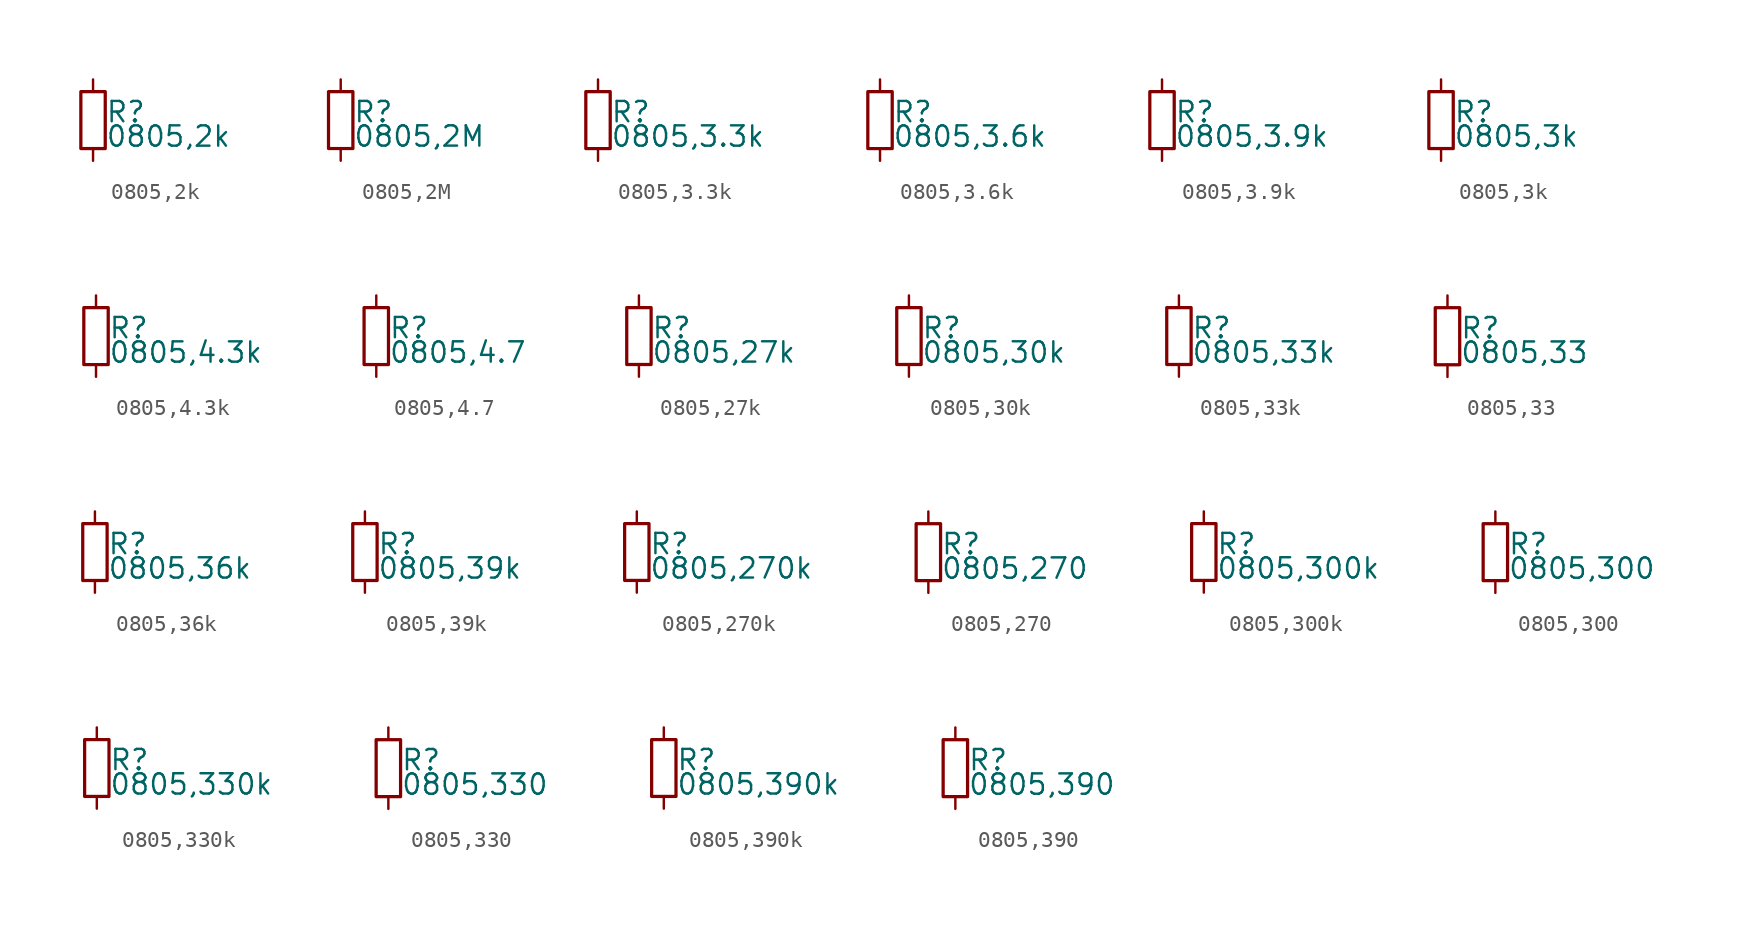
<source format=kicad_sym>
(kicad_symbol_lib
  (version 20220914)
  (generator kicad_symbol_editor)
  (symbol "0805,2k"
    (property "Reference" "R"
      (at 0.762 0.508 0)
      (effects (font (size 1.27 1.27)) (justify left)))
    (property "Value" "0805,2k"
      (at 0.762 -1.016 0)
      (effects (font (size 1.27 1.27)) (justify left)))
    (property "ki_locked" ""
      (at 0 0 0)
      (effects (font (size 1.27 1.27))))
    (symbol "0805,2k_0_0"
      (rectangle (start -0.762 1.778) (end 0.762 -1.778) (stroke (width 0.203) (type default)) (fill (type none)))
      (pin passive line (at 0 2.54 270) (length 0.762) (name "~" (effects (font (size 0 0)))) (number "1" (effects (font (size 0 0)))))
      (pin passive line (at 0 -2.54 90) (length 0.762) (name "~" (effects (font (size 0 0)))) (number "2" (effects (font (size 0 0)))))))
  (symbol "0805,2M"
    (property "Reference" "R"
      (at 0.762 0.508 0)
      (effects (font (size 1.27 1.27)) (justify left)))
    (property "Value" "0805,2M"
      (at 0.762 -1.016 0)
      (effects (font (size 1.27 1.27)) (justify left)))
    (property "ki_locked" ""
      (at 0 0 0)
      (effects (font (size 1.27 1.27))))
    (symbol "0805,2M_0_0"
      (rectangle (start -0.762 1.778) (end 0.762 -1.778) (stroke (width 0.203) (type default)) (fill (type none)))
      (pin passive line (at 0 2.54 270) (length 0.762) (name "~" (effects (font (size 0 0)))) (number "1" (effects (font (size 0 0)))))
      (pin passive line (at 0 -2.54 90) (length 0.762) (name "~" (effects (font (size 0 0)))) (number "2" (effects (font (size 0 0)))))))
  (symbol "0805,3.3k"
    (property "Reference" "R"
      (at 0.762 0.508 0)
      (effects (font (size 1.27 1.27)) (justify left)))
    (property "Value" "0805,3.3k"
      (at 0.762 -1.016 0)
      (effects (font (size 1.27 1.27)) (justify left)))
    (property "ki_locked" ""
      (at 0 0 0)
      (effects (font (size 1.27 1.27))))
    (symbol "0805,3.3k_0_0"
      (rectangle (start -0.762 1.778) (end 0.762 -1.778) (stroke (width 0.203) (type default)) (fill (type none)))
      (pin passive line (at 0 2.54 270) (length 0.762) (name "~" (effects (font (size 0 0)))) (number "1" (effects (font (size 0 0)))))
      (pin passive line (at 0 -2.54 90) (length 0.762) (name "~" (effects (font (size 0 0)))) (number "2" (effects (font (size 0 0)))))))
  (symbol "0805,3.6k"
    (property "Reference" "R"
      (at 0.762 0.508 0)
      (effects (font (size 1.27 1.27)) (justify left)))
    (property "Value" "0805,3.6k"
      (at 0.762 -1.016 0)
      (effects (font (size 1.27 1.27)) (justify left)))
    (property "ki_locked" ""
      (at 0 0 0)
      (effects (font (size 1.27 1.27))))
    (symbol "0805,3.6k_0_0"
      (rectangle (start -0.762 1.778) (end 0.762 -1.778) (stroke (width 0.203) (type default)) (fill (type none)))
      (pin passive line (at 0 2.54 270) (length 0.762) (name "~" (effects (font (size 0 0)))) (number "1" (effects (font (size 0 0)))))
      (pin passive line (at 0 -2.54 90) (length 0.762) (name "~" (effects (font (size 0 0)))) (number "2" (effects (font (size 0 0)))))))
  (symbol "0805,3.9k"
    (property "Reference" "R"
      (at 0.762 0.508 0)
      (effects (font (size 1.27 1.27)) (justify left)))
    (property "Value" "0805,3.9k"
      (at 0.762 -1.016 0)
      (effects (font (size 1.27 1.27)) (justify left)))
    (property "ki_locked" ""
      (at 0 0 0)
      (effects (font (size 1.27 1.27))))
    (symbol "0805,3.9k_0_0"
      (rectangle (start -0.762 1.778) (end 0.762 -1.778) (stroke (width 0.203) (type default)) (fill (type none)))
      (pin passive line (at 0 2.54 270) (length 0.762) (name "~" (effects (font (size 0 0)))) (number "1" (effects (font (size 0 0)))))
      (pin passive line (at 0 -2.54 90) (length 0.762) (name "~" (effects (font (size 0 0)))) (number "2" (effects (font (size 0 0)))))))
  (symbol "0805,3k"
    (property "Reference" "R"
      (at 0.762 0.508 0)
      (effects (font (size 1.27 1.27)) (justify left)))
    (property "Value" "0805,3k"
      (at 0.762 -1.016 0)
      (effects (font (size 1.27 1.27)) (justify left)))
    (property "ki_locked" ""
      (at 0 0 0)
      (effects (font (size 1.27 1.27))))
    (symbol "0805,3k_0_0"
      (rectangle (start -0.762 1.778) (end 0.762 -1.778) (stroke (width 0.203) (type default)) (fill (type none)))
      (pin passive line (at 0 2.54 270) (length 0.762) (name "~" (effects (font (size 0 0)))) (number "1" (effects (font (size 0 0)))))
      (pin passive line (at 0 -2.54 90) (length 0.762) (name "~" (effects (font (size 0 0)))) (number "2" (effects (font (size 0 0)))))))
  (symbol "0805,4.3k"
    (property "Reference" "R"
      (at 0.762 0.508 0)
      (effects (font (size 1.27 1.27)) (justify left)))
    (property "Value" "0805,4.3k"
      (at 0.762 -1.016 0)
      (effects (font (size 1.27 1.27)) (justify left)))
    (property "ki_locked" ""
      (at 0 0 0)
      (effects (font (size 1.27 1.27))))
    (symbol "0805,4.3k_0_0"
      (rectangle (start -0.762 1.778) (end 0.762 -1.778) (stroke (width 0.203) (type default)) (fill (type none)))
      (pin passive line (at 0 2.54 270) (length 0.762) (name "~" (effects (font (size 0 0)))) (number "1" (effects (font (size 0 0)))))
      (pin passive line (at 0 -2.54 90) (length 0.762) (name "~" (effects (font (size 0 0)))) (number "2" (effects (font (size 0 0)))))))
  (symbol "0805,4.7"
    (property "Reference" "R"
      (at 0.762 0.508 0)
      (effects (font (size 1.27 1.27)) (justify left)))
    (property "Value" "0805,4.7"
      (at 0.762 -1.016 0)
      (effects (font (size 1.27 1.27)) (justify left)))
    (property "ki_locked" ""
      (at 0 0 0)
      (effects (font (size 1.27 1.27))))
    (symbol "0805,4.7_0_0"
      (rectangle (start -0.762 1.778) (end 0.762 -1.778) (stroke (width 0.203) (type default)) (fill (type none)))
      (pin passive line (at 0 2.54 270) (length 0.762) (name "~" (effects (font (size 0 0)))) (number "1" (effects (font (size 0 0)))))
      (pin passive line (at 0 -2.54 90) (length 0.762) (name "~" (effects (font (size 0 0)))) (number "2" (effects (font (size 0 0)))))))
  (symbol "0805,27k"
    (property "Reference" "R"
      (at 0.762 0.508 0)
      (effects (font (size 1.27 1.27)) (justify left)))
    (property "Value" "0805,27k"
      (at 0.762 -1.016 0)
      (effects (font (size 1.27 1.27)) (justify left)))
    (property "ki_locked" ""
      (at 0 0 0)
      (effects (font (size 1.27 1.27))))
    (symbol "0805,27k_0_0"
      (rectangle (start -0.762 1.778) (end 0.762 -1.778) (stroke (width 0.203) (type default)) (fill (type none)))
      (pin passive line (at 0 2.54 270) (length 0.762) (name "~" (effects (font (size 0 0)))) (number "1" (effects (font (size 0 0)))))
      (pin passive line (at 0 -2.54 90) (length 0.762) (name "~" (effects (font (size 0 0)))) (number "2" (effects (font (size 0 0)))))))
  (symbol "0805,30k"
    (property "Reference" "R"
      (at 0.762 0.508 0)
      (effects (font (size 1.27 1.27)) (justify left)))
    (property "Value" "0805,30k"
      (at 0.762 -1.016 0)
      (effects (font (size 1.27 1.27)) (justify left)))
    (property "ki_locked" ""
      (at 0 0 0)
      (effects (font (size 1.27 1.27))))
    (symbol "0805,30k_0_0"
      (rectangle (start -0.762 1.778) (end 0.762 -1.778) (stroke (width 0.203) (type default)) (fill (type none)))
      (pin passive line (at 0 2.54 270) (length 0.762) (name "~" (effects (font (size 0 0)))) (number "1" (effects (font (size 0 0)))))
      (pin passive line (at 0 -2.54 90) (length 0.762) (name "~" (effects (font (size 0 0)))) (number "2" (effects (font (size 0 0)))))))
  (symbol "0805,33k"
    (property "Reference" "R"
      (at 0.762 0.508 0)
      (effects (font (size 1.27 1.27)) (justify left)))
    (property "Value" "0805,33k"
      (at 0.762 -1.016 0)
      (effects (font (size 1.27 1.27)) (justify left)))
    (property "ki_locked" ""
      (at 0 0 0)
      (effects (font (size 1.27 1.27))))
    (symbol "0805,33k_0_0"
      (rectangle (start -0.762 1.778) (end 0.762 -1.778) (stroke (width 0.203) (type default)) (fill (type none)))
      (pin passive line (at 0 2.54 270) (length 0.762) (name "~" (effects (font (size 0 0)))) (number "1" (effects (font (size 0 0)))))
      (pin passive line (at 0 -2.54 90) (length 0.762) (name "~" (effects (font (size 0 0)))) (number "2" (effects (font (size 0 0)))))))
  (symbol "0805,33"
    (property "Reference" "R"
      (at 0.762 0.508 0)
      (effects (font (size 1.27 1.27)) (justify left)))
    (property "Value" "0805,33"
      (at 0.762 -1.016 0)
      (effects (font (size 1.27 1.27)) (justify left)))
    (property "ki_locked" ""
      (at 0 0 0)
      (effects (font (size 1.27 1.27))))
    (symbol "0805,33_0_0"
      (rectangle (start -0.762 1.778) (end 0.762 -1.778) (stroke (width 0.203) (type default)) (fill (type none)))
      (pin passive line (at 0 2.54 270) (length 0.762) (name "~" (effects (font (size 0 0)))) (number "1" (effects (font (size 0 0)))))
      (pin passive line (at 0 -2.54 90) (length 0.762) (name "~" (effects (font (size 0 0)))) (number "2" (effects (font (size 0 0)))))))
  (symbol "0805,36k"
    (property "Reference" "R"
      (at 0.762 0.508 0)
      (effects (font (size 1.27 1.27)) (justify left)))
    (property "Value" "0805,36k"
      (at 0.762 -1.016 0)
      (effects (font (size 1.27 1.27)) (justify left)))
    (property "ki_locked" ""
      (at 0 0 0)
      (effects (font (size 1.27 1.27))))
    (symbol "0805,36k_0_0"
      (rectangle (start -0.762 1.778) (end 0.762 -1.778) (stroke (width 0.203) (type default)) (fill (type none)))
      (pin passive line (at 0 2.54 270) (length 0.762) (name "~" (effects (font (size 0 0)))) (number "1" (effects (font (size 0 0)))))
      (pin passive line (at 0 -2.54 90) (length 0.762) (name "~" (effects (font (size 0 0)))) (number "2" (effects (font (size 0 0)))))))
  (symbol "0805,39k"
    (property "Reference" "R"
      (at 0.762 0.508 0)
      (effects (font (size 1.27 1.27)) (justify left)))
    (property "Value" "0805,39k"
      (at 0.762 -1.016 0)
      (effects (font (size 1.27 1.27)) (justify left)))
    (property "ki_locked" ""
      (at 0 0 0)
      (effects (font (size 1.27 1.27))))
    (symbol "0805,39k_0_0"
      (rectangle (start -0.762 1.778) (end 0.762 -1.778) (stroke (width 0.203) (type default)) (fill (type none)))
      (pin passive line (at 0 2.54 270) (length 0.762) (name "~" (effects (font (size 0 0)))) (number "1" (effects (font (size 0 0)))))
      (pin passive line (at 0 -2.54 90) (length 0.762) (name "~" (effects (font (size 0 0)))) (number "2" (effects (font (size 0 0)))))))
  (symbol "0805,270k"
    (property "Reference" "R"
      (at 0.762 0.508 0)
      (effects (font (size 1.27 1.27)) (justify left)))
    (property "Value" "0805,270k"
      (at 0.762 -1.016 0)
      (effects (font (size 1.27 1.27)) (justify left)))
    (property "ki_locked" ""
      (at 0 0 0)
      (effects (font (size 1.27 1.27))))
    (symbol "0805,270k_0_0"
      (rectangle (start -0.762 1.778) (end 0.762 -1.778) (stroke (width 0.203) (type default)) (fill (type none)))
      (pin passive line (at 0 2.54 270) (length 0.762) (name "~" (effects (font (size 0 0)))) (number "1" (effects (font (size 0 0)))))
      (pin passive line (at 0 -2.54 90) (length 0.762) (name "~" (effects (font (size 0 0)))) (number "2" (effects (font (size 0 0)))))))
  (symbol "0805,270"
    (property "Reference" "R"
      (at 0.762 0.508 0)
      (effects (font (size 1.27 1.27)) (justify left)))
    (property "Value" "0805,270"
      (at 0.762 -1.016 0)
      (effects (font (size 1.27 1.27)) (justify left)))
    (property "ki_locked" ""
      (at 0 0 0)
      (effects (font (size 1.27 1.27))))
    (symbol "0805,270_0_0"
      (rectangle (start -0.762 1.778) (end 0.762 -1.778) (stroke (width 0.203) (type default)) (fill (type none)))
      (pin passive line (at 0 2.54 270) (length 0.762) (name "~" (effects (font (size 0 0)))) (number "1" (effects (font (size 0 0)))))
      (pin passive line (at 0 -2.54 90) (length 0.762) (name "~" (effects (font (size 0 0)))) (number "2" (effects (font (size 0 0)))))))
  (symbol "0805,300k"
    (property "Reference" "R"
      (at 0.762 0.508 0)
      (effects (font (size 1.27 1.27)) (justify left)))
    (property "Value" "0805,300k"
      (at 0.762 -1.016 0)
      (effects (font (size 1.27 1.27)) (justify left)))
    (property "ki_locked" ""
      (at 0 0 0)
      (effects (font (size 1.27 1.27))))
    (symbol "0805,300k_0_0"
      (rectangle (start -0.762 1.778) (end 0.762 -1.778) (stroke (width 0.203) (type default)) (fill (type none)))
      (pin passive line (at 0 2.54 270) (length 0.762) (name "~" (effects (font (size 0 0)))) (number "1" (effects (font (size 0 0)))))
      (pin passive line (at 0 -2.54 90) (length 0.762) (name "~" (effects (font (size 0 0)))) (number "2" (effects (font (size 0 0)))))))
  (symbol "0805,300"
    (property "Reference" "R"
      (at 0.762 0.508 0)
      (effects (font (size 1.27 1.27)) (justify left)))
    (property "Value" "0805,300"
      (at 0.762 -1.016 0)
      (effects (font (size 1.27 1.27)) (justify left)))
    (property "ki_locked" ""
      (at 0 0 0)
      (effects (font (size 1.27 1.27))))
    (symbol "0805,300_0_0"
      (rectangle (start -0.762 1.778) (end 0.762 -1.778) (stroke (width 0.203) (type default)) (fill (type none)))
      (pin passive line (at 0 2.54 270) (length 0.762) (name "~" (effects (font (size 0 0)))) (number "1" (effects (font (size 0 0)))))
      (pin passive line (at 0 -2.54 90) (length 0.762) (name "~" (effects (font (size 0 0)))) (number "2" (effects (font (size 0 0)))))))
  (symbol "0805,330k"
    (property "Reference" "R"
      (at 0.762 0.508 0)
      (effects (font (size 1.27 1.27)) (justify left)))
    (property "Value" "0805,330k"
      (at 0.762 -1.016 0)
      (effects (font (size 1.27 1.27)) (justify left)))
    (property "ki_locked" ""
      (at 0 0 0)
      (effects (font (size 1.27 1.27))))
    (symbol "0805,330k_0_0"
      (rectangle (start -0.762 1.778) (end 0.762 -1.778) (stroke (width 0.203) (type default)) (fill (type none)))
      (pin passive line (at 0 2.54 270) (length 0.762) (name "~" (effects (font (size 0 0)))) (number "1" (effects (font (size 0 0)))))
      (pin passive line (at 0 -2.54 90) (length 0.762) (name "~" (effects (font (size 0 0)))) (number "2" (effects (font (size 0 0)))))))
  (symbol "0805,330"
    (property "Reference" "R"
      (at 0.762 0.508 0)
      (effects (font (size 1.27 1.27)) (justify left)))
    (property "Value" "0805,330"
      (at 0.762 -1.016 0)
      (effects (font (size 1.27 1.27)) (justify left)))
    (property "ki_locked" ""
      (at 0 0 0)
      (effects (font (size 1.27 1.27))))
    (symbol "0805,330_0_0"
      (rectangle (start -0.762 1.778) (end 0.762 -1.778) (stroke (width 0.203) (type default)) (fill (type none)))
      (pin passive line (at 0 2.54 270) (length 0.762) (name "~" (effects (font (size 0 0)))) (number "1" (effects (font (size 0 0)))))
      (pin passive line (at 0 -2.54 90) (length 0.762) (name "~" (effects (font (size 0 0)))) (number "2" (effects (font (size 0 0)))))))
  (symbol "0805,390k"
    (property "Reference" "R"
      (at 0.762 0.508 0)
      (effects (font (size 1.27 1.27)) (justify left)))
    (property "Value" "0805,390k"
      (at 0.762 -1.016 0)
      (effects (font (size 1.27 1.27)) (justify left)))
    (property "ki_locked" ""
      (at 0 0 0)
      (effects (font (size 1.27 1.27))))
    (symbol "0805,390k_0_0"
      (rectangle (start -0.762 1.778) (end 0.762 -1.778) (stroke (width 0.203) (type default)) (fill (type none)))
      (pin passive line (at 0 2.54 270) (length 0.762) (name "~" (effects (font (size 0 0)))) (number "1" (effects (font (size 0 0)))))
      (pin passive line (at 0 -2.54 90) (length 0.762) (name "~" (effects (font (size 0 0)))) (number "2" (effects (font (size 0 0)))))))
  (symbol "0805,390"
    (property "Reference" "R"
      (at 0.762 0.508 0)
      (effects (font (size 1.27 1.27)) (justify left)))
    (property "Value" "0805,390"
      (at 0.762 -1.016 0)
      (effects (font (size 1.27 1.27)) (justify left)))
    (property "ki_locked" ""
      (at 0 0 0)
      (effects (font (size 1.27 1.27))))
    (symbol "0805,390_0_0"
      (rectangle (start -0.762 1.778) (end 0.762 -1.778) (stroke (width 0.203) (type default)) (fill (type none)))
      (pin passive line (at 0 2.54 270) (length 0.762) (name "~" (effects (font (size 0 0)))) (number "1" (effects (font (size 0 0)))))
      (pin passive line (at 0 -2.54 90) (length 0.762) (name "~" (effects (font (size 0 0)))) (number "2" (effects (font (size 0 0))))))))
</source>
